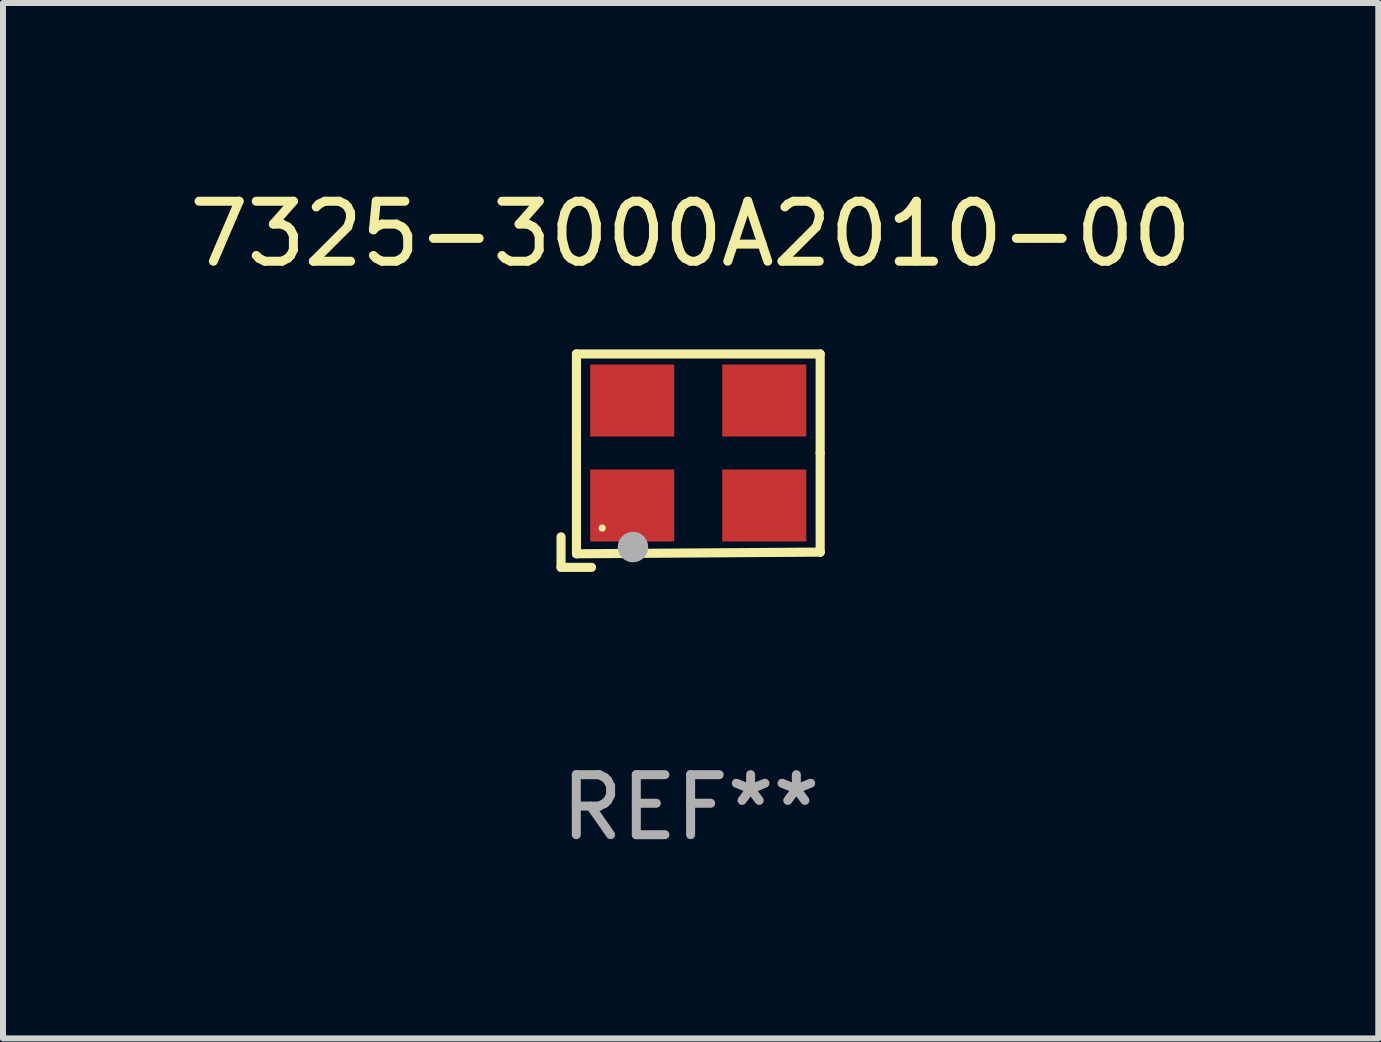
<source format=kicad_pcb>
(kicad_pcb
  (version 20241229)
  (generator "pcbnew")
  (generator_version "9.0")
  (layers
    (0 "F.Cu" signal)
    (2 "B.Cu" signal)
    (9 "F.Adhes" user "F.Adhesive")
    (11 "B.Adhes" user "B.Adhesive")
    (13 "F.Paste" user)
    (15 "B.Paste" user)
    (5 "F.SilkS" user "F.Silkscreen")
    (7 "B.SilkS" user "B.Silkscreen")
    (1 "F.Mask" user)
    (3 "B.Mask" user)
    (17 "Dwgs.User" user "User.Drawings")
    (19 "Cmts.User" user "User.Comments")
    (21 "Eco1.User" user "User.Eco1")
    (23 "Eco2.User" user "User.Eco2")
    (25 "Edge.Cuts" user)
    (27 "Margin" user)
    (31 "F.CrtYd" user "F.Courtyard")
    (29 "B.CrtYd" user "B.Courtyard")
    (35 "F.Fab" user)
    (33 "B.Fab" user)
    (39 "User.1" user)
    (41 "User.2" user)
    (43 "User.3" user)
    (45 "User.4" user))
  (footprint "7325-3000A2010-00"
    (layer "F.Cu")
    (at 8.458 4.626)
    (property "Reference" "7325-3000A2010-00" (at 0 -3.778 0) (layer "F.SilkS") (effects (font (size 1 1) (thickness 0.15))))
    (attr through_hole)
    (fp_line (start -2.159 1.27) (end -2.159 1.778) (stroke (width 0.152) (type solid)) (layer "F.SilkS"))
    (fp_line (start -2.159 1.778) (end -1.651 1.778) (stroke (width 0.152) (type solid)) (layer "F.SilkS"))
    (fp_line (start -1.902 -1.778) (end 2.159 -1.778) (stroke (width 0.152) (type solid)) (layer "F.SilkS"))
    (fp_line (start -1.902 1.552) (end -1.902 -1.778) (stroke (width 0.152) (type solid)) (layer "F.SilkS"))
    (fp_line (start 2.159 -1.778) (end 2.159 -0.127) (stroke (width 0.152) (type solid)) (layer "F.SilkS"))
    (fp_line (start 2.159 -0.127) (end 2.159 1.524) (stroke (width 0.152) (type solid)) (layer "F.SilkS"))
    (fp_line (start 2.159 1.524) (end -1.902 1.552) (stroke (width 0.152) (type solid)) (layer "F.SilkS"))
    (fp_line (start 2.159 1.524) (end 2.159 1.524) (stroke (width 0.152) (type solid)) (layer "F.SilkS"))
    (fp_circle (center -1.473 1.123) (end -1.443 1.123) (stroke (width 0.06) (type solid)) (fill no) (layer "F.SilkS"))
    (fp_circle (center -0.961 1.44) (end -0.834 1.44) (stroke (width 0.254) (type solid)) (fill no) (layer "F.Fab"))
    (fp_text user "REF**" (at 0 5.778 0) (layer "F.Fab") (effects (font (size 1 1) (thickness 0.15))))
    (pad "1" smd rect (at -0.973 0.748) (size 1.4 1.2) (layers "F.Cu" "F.Mask" "F.Paste"))
    (pad "2" smd rect (at 1.227 0.748) (size 1.4 1.2) (layers "F.Cu" "F.Mask" "F.Paste"))
    (pad "3" smd rect (at 1.227 -1.002) (size 1.4 1.2) (layers "F.Cu" "F.Mask" "F.Paste"))
    (pad "4" smd rect (at -0.973 -1.002) (size 1.4 1.2) (layers "F.Cu" "F.Mask" "F.Paste")))
  (gr_rect
    (start -3 -3)
    (end 19.917 14.253)
    (stroke (width 0.1) (type default))
    (fill no)
    (layer "Edge.Cuts")))
</source>
